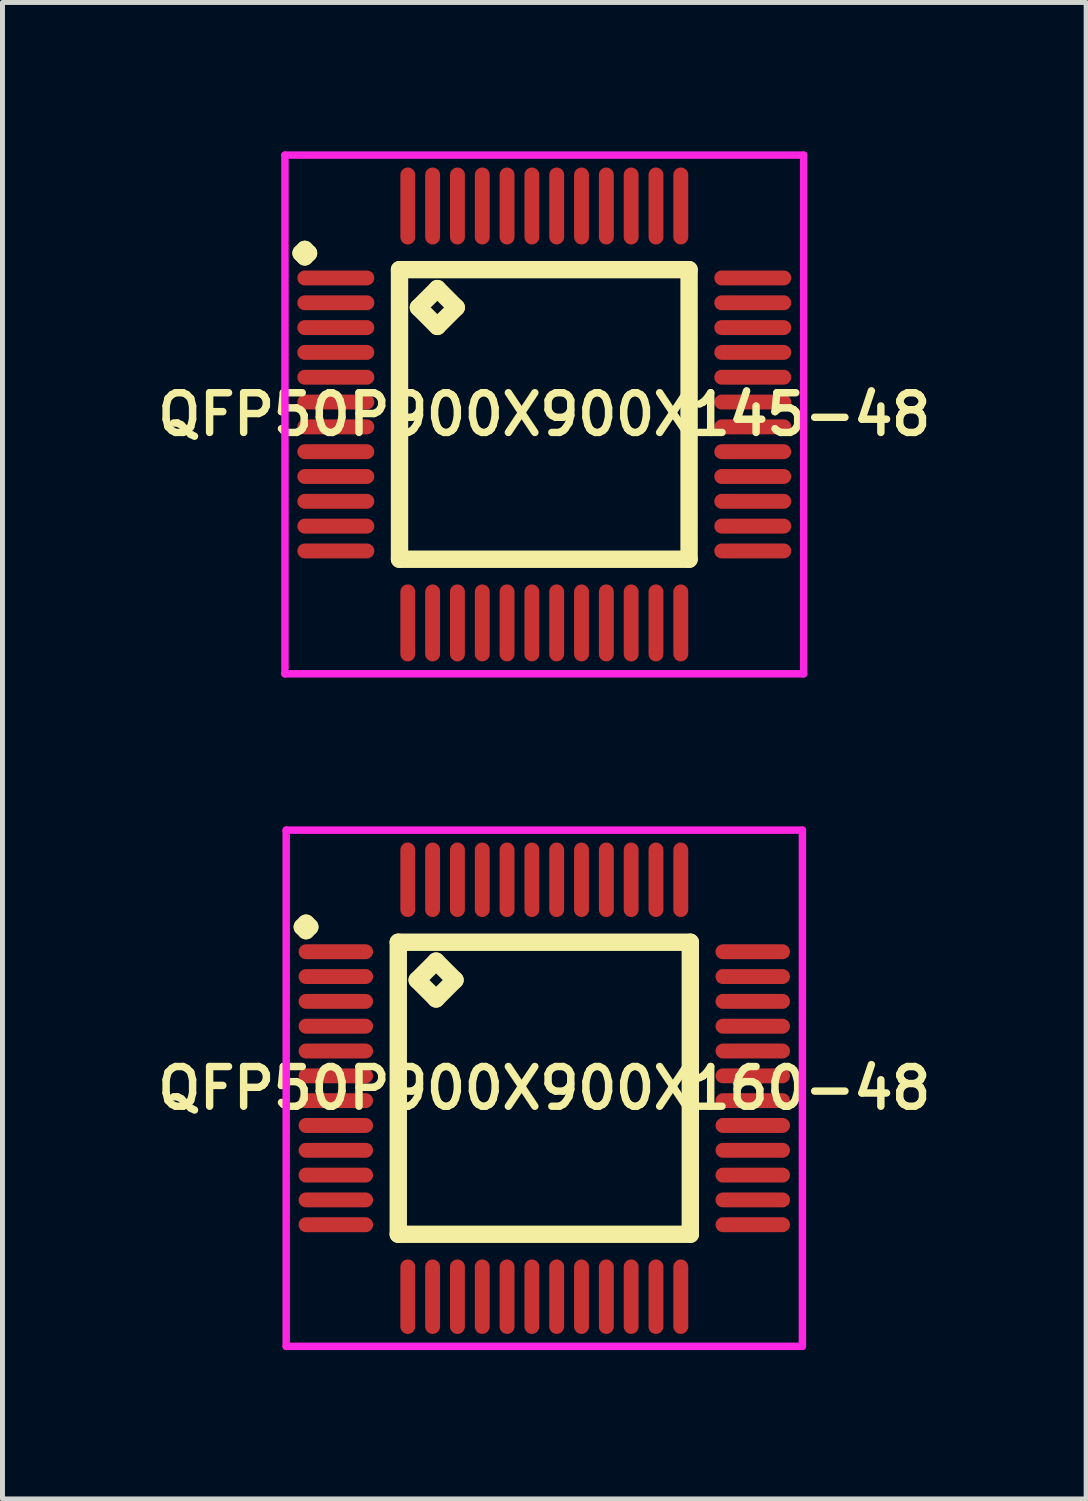
<source format=kicad_pcb>
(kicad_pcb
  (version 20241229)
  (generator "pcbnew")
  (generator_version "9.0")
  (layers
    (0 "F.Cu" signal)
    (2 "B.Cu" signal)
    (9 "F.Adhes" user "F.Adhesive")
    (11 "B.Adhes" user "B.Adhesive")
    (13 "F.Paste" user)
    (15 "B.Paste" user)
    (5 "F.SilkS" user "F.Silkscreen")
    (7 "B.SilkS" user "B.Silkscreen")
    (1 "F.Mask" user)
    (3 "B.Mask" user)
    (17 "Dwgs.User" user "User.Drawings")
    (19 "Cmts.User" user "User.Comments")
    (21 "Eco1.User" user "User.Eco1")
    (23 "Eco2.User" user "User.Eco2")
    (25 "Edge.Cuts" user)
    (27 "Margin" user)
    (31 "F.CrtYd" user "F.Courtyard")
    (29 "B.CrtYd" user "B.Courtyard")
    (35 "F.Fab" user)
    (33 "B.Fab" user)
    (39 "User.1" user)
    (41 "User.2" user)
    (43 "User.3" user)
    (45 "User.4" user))
  (footprint "QFP50P900X900X160-48"
    (layer "F.Cu")
    (at 7.916 18.875)
    (property "Reference" "QFP50P900X900X160-48" (at 0 0 0) (layer "F.SilkS") (effects (font (size 0.8 0.8) (thickness 0.15))))
    (attr smd)
    (fp_line (start -4.875 -3.25) (end -4.8 -3.325) (stroke (width 0.35) (type solid)) (layer "F.SilkS"))
    (fp_line (start -4.8 -3.325) (end -4.725 -3.25) (stroke (width 0.35) (type solid)) (layer "F.SilkS"))
    (fp_line (start -4.8 -3.175) (end -4.875 -3.25) (stroke (width 0.35) (type solid)) (layer "F.SilkS"))
    (fp_line (start -4.725 -3.25) (end -4.8 -3.175) (stroke (width 0.35) (type solid)) (layer "F.SilkS"))
    (fp_line (start -2.942 -2.942) (end -2.942 2.942) (stroke (width 0.35) (type solid)) (layer "F.SilkS"))
    (fp_line (start -2.942 2.942) (end 2.942 2.942) (stroke (width 0.35) (type solid)) (layer "F.SilkS"))
    (fp_line (start -2.561 -2.18) (end -2.18 -2.561) (stroke (width 0.35) (type solid)) (layer "F.SilkS"))
    (fp_line (start -2.18 -2.561) (end -1.799 -2.18) (stroke (width 0.35) (type solid)) (layer "F.SilkS"))
    (fp_line (start -2.18 -1.799) (end -2.561 -2.18) (stroke (width 0.35) (type solid)) (layer "F.SilkS"))
    (fp_line (start -1.799 -2.18) (end -2.18 -1.799) (stroke (width 0.35) (type solid)) (layer "F.SilkS"))
    (fp_line (start 2.942 -2.942) (end -2.942 -2.942) (stroke (width 0.35) (type solid)) (layer "F.SilkS"))
    (fp_line (start 2.942 2.942) (end 2.942 -2.942) (stroke (width 0.35) (type solid)) (layer "F.SilkS"))
    (fp_line (start -5.2 -5.2) (end 5.2 -5.2) (stroke (width 0.15) (type solid)) (layer "F.CrtYd"))
    (fp_line (start -5.2 5.2) (end -5.2 -5.2) (stroke (width 0.15) (type solid)) (layer "F.CrtYd"))
    (fp_line (start 5.2 -5.2) (end 5.2 5.2) (stroke (width 0.15) (type solid)) (layer "F.CrtYd"))
    (fp_line (start 5.2 5.2) (end -5.2 5.2) (stroke (width 0.15) (type solid)) (layer "F.CrtYd"))
    (pad "1" smd oval (at -4.2 -2.75) (size 1.5 0.3) (layers "F.Cu" "F.Mask" "F.Paste"))
    (pad "2" smd oval (at -4.2 -2.25) (size 1.5 0.3) (layers "F.Cu" "F.Mask" "F.Paste"))
    (pad "3" smd oval (at -4.2 -1.75) (size 1.5 0.3) (layers "F.Cu" "F.Mask" "F.Paste"))
    (pad "4" smd oval (at -4.2 -1.25) (size 1.5 0.3) (layers "F.Cu" "F.Mask" "F.Paste"))
    (pad "5" smd oval (at -4.2 -0.75) (size 1.5 0.3) (layers "F.Cu" "F.Mask" "F.Paste"))
    (pad "6" smd oval (at -4.2 -0.25) (size 1.5 0.3) (layers "F.Cu" "F.Mask" "F.Paste"))
    (pad "7" smd oval (at -4.2 0.25) (size 1.5 0.3) (layers "F.Cu" "F.Mask" "F.Paste"))
    (pad "8" smd oval (at -4.2 0.75) (size 1.5 0.3) (layers "F.Cu" "F.Mask" "F.Paste"))
    (pad "9" smd oval (at -4.2 1.25) (size 1.5 0.3) (layers "F.Cu" "F.Mask" "F.Paste"))
    (pad "10" smd oval (at -4.2 1.75) (size 1.5 0.3) (layers "F.Cu" "F.Mask" "F.Paste"))
    (pad "11" smd oval (at -4.2 2.25) (size 1.5 0.3) (layers "F.Cu" "F.Mask" "F.Paste"))
    (pad "12" smd oval (at -4.2 2.75) (size 1.5 0.3) (layers "F.Cu" "F.Mask" "F.Paste"))
    (pad "13" smd oval (at -2.75 4.2) (size 0.3 1.5) (layers "F.Cu" "F.Mask" "F.Paste"))
    (pad "14" smd oval (at -2.25 4.2) (size 0.3 1.5) (layers "F.Cu" "F.Mask" "F.Paste"))
    (pad "15" smd oval (at -1.75 4.2) (size 0.3 1.5) (layers "F.Cu" "F.Mask" "F.Paste"))
    (pad "16" smd oval (at -1.25 4.2) (size 0.3 1.5) (layers "F.Cu" "F.Mask" "F.Paste"))
    (pad "17" smd oval (at -0.75 4.2) (size 0.3 1.5) (layers "F.Cu" "F.Mask" "F.Paste"))
    (pad "18" smd oval (at -0.25 4.2) (size 0.3 1.5) (layers "F.Cu" "F.Mask" "F.Paste"))
    (pad "19" smd oval (at 0.25 4.2) (size 0.3 1.5) (layers "F.Cu" "F.Mask" "F.Paste"))
    (pad "20" smd oval (at 0.75 4.2) (size 0.3 1.5) (layers "F.Cu" "F.Mask" "F.Paste"))
    (pad "21" smd oval (at 1.25 4.2) (size 0.3 1.5) (layers "F.Cu" "F.Mask" "F.Paste"))
    (pad "22" smd oval (at 1.75 4.2) (size 0.3 1.5) (layers "F.Cu" "F.Mask" "F.Paste"))
    (pad "23" smd oval (at 2.25 4.2) (size 0.3 1.5) (layers "F.Cu" "F.Mask" "F.Paste"))
    (pad "24" smd oval (at 2.75 4.2) (size 0.3 1.5) (layers "F.Cu" "F.Mask" "F.Paste"))
    (pad "25" smd oval (at 4.2 2.75) (size 1.5 0.3) (layers "F.Cu" "F.Mask" "F.Paste"))
    (pad "26" smd oval (at 4.2 2.25) (size 1.5 0.3) (layers "F.Cu" "F.Mask" "F.Paste"))
    (pad "27" smd oval (at 4.2 1.75) (size 1.5 0.3) (layers "F.Cu" "F.Mask" "F.Paste"))
    (pad "28" smd oval (at 4.2 1.25) (size 1.5 0.3) (layers "F.Cu" "F.Mask" "F.Paste"))
    (pad "29" smd oval (at 4.2 0.75) (size 1.5 0.3) (layers "F.Cu" "F.Mask" "F.Paste"))
    (pad "30" smd oval (at 4.2 0.25) (size 1.5 0.3) (layers "F.Cu" "F.Mask" "F.Paste"))
    (pad "31" smd oval (at 4.2 -0.25) (size 1.5 0.3) (layers "F.Cu" "F.Mask" "F.Paste"))
    (pad "32" smd oval (at 4.2 -0.75) (size 1.5 0.3) (layers "F.Cu" "F.Mask" "F.Paste"))
    (pad "33" smd oval (at 4.2 -1.25) (size 1.5 0.3) (layers "F.Cu" "F.Mask" "F.Paste"))
    (pad "34" smd oval (at 4.2 -1.75) (size 1.5 0.3) (layers "F.Cu" "F.Mask" "F.Paste"))
    (pad "35" smd oval (at 4.2 -2.25) (size 1.5 0.3) (layers "F.Cu" "F.Mask" "F.Paste"))
    (pad "36" smd oval (at 4.2 -2.75) (size 1.5 0.3) (layers "F.Cu" "F.Mask" "F.Paste"))
    (pad "37" smd oval (at 2.75 -4.2) (size 0.3 1.5) (layers "F.Cu" "F.Mask" "F.Paste"))
    (pad "38" smd oval (at 2.25 -4.2) (size 0.3 1.5) (layers "F.Cu" "F.Mask" "F.Paste"))
    (pad "39" smd oval (at 1.75 -4.2) (size 0.3 1.5) (layers "F.Cu" "F.Mask" "F.Paste"))
    (pad "40" smd oval (at 1.25 -4.2) (size 0.3 1.5) (layers "F.Cu" "F.Mask" "F.Paste"))
    (pad "41" smd oval (at 0.75 -4.2) (size 0.3 1.5) (layers "F.Cu" "F.Mask" "F.Paste"))
    (pad "42" smd oval (at 0.25 -4.2) (size 0.3 1.5) (layers "F.Cu" "F.Mask" "F.Paste"))
    (pad "43" smd oval (at -0.25 -4.2) (size 0.3 1.5) (layers "F.Cu" "F.Mask" "F.Paste"))
    (pad "44" smd oval (at -0.75 -4.2) (size 0.3 1.5) (layers "F.Cu" "F.Mask" "F.Paste"))
    (pad "45" smd oval (at -1.25 -4.2) (size 0.3 1.5) (layers "F.Cu" "F.Mask" "F.Paste"))
    (pad "46" smd oval (at -1.75 -4.2) (size 0.3 1.5) (layers "F.Cu" "F.Mask" "F.Paste"))
    (pad "47" smd oval (at -2.25 -4.2) (size 0.3 1.5) (layers "F.Cu" "F.Mask" "F.Paste"))
    (pad "48" smd oval (at -2.75 -4.2) (size 0.3 1.5) (layers "F.Cu" "F.Mask" "F.Paste")))
  (footprint "QFP50P900X900X145-48"
    (layer "F.Cu")
    (at 7.916 5.3)
    (property "Reference" "QFP50P900X900X145-48" (at 0 0 0) (layer "F.SilkS") (effects (font (size 0.8 0.8) (thickness 0.15))))
    (attr smd)
    (fp_line (start -4.9 -3.25) (end -4.825 -3.325) (stroke (width 0.35) (type solid)) (layer "F.SilkS"))
    (fp_line (start -4.825 -3.325) (end -4.75 -3.25) (stroke (width 0.35) (type solid)) (layer "F.SilkS"))
    (fp_line (start -4.825 -3.175) (end -4.9 -3.25) (stroke (width 0.35) (type solid)) (layer "F.SilkS"))
    (fp_line (start -4.75 -3.25) (end -4.825 -3.175) (stroke (width 0.35) (type solid)) (layer "F.SilkS"))
    (fp_line (start -2.917 -2.917) (end -2.917 2.917) (stroke (width 0.35) (type solid)) (layer "F.SilkS"))
    (fp_line (start -2.917 2.917) (end 2.917 2.917) (stroke (width 0.35) (type solid)) (layer "F.SilkS"))
    (fp_line (start -2.536 -2.155) (end -2.155 -2.536) (stroke (width 0.35) (type solid)) (layer "F.SilkS"))
    (fp_line (start -2.155 -2.536) (end -1.774 -2.155) (stroke (width 0.35) (type solid)) (layer "F.SilkS"))
    (fp_line (start -2.155 -1.774) (end -2.536 -2.155) (stroke (width 0.35) (type solid)) (layer "F.SilkS"))
    (fp_line (start -1.774 -2.155) (end -2.155 -1.774) (stroke (width 0.35) (type solid)) (layer "F.SilkS"))
    (fp_line (start 2.917 -2.917) (end -2.917 -2.917) (stroke (width 0.35) (type solid)) (layer "F.SilkS"))
    (fp_line (start 2.917 2.917) (end 2.917 -2.917) (stroke (width 0.35) (type solid)) (layer "F.SilkS"))
    (fp_line (start -5.225 -5.225) (end 5.225 -5.225) (stroke (width 0.15) (type solid)) (layer "F.CrtYd"))
    (fp_line (start -5.225 5.225) (end -5.225 -5.225) (stroke (width 0.15) (type solid)) (layer "F.CrtYd"))
    (fp_line (start 5.225 -5.225) (end 5.225 5.225) (stroke (width 0.15) (type solid)) (layer "F.CrtYd"))
    (fp_line (start 5.225 5.225) (end -5.225 5.225) (stroke (width 0.15) (type solid)) (layer "F.CrtYd"))
    (pad "1" smd oval (at -4.2 -2.75) (size 1.55 0.3) (layers "F.Cu" "F.Mask" "F.Paste"))
    (pad "2" smd oval (at -4.2 -2.25) (size 1.55 0.3) (layers "F.Cu" "F.Mask" "F.Paste"))
    (pad "3" smd oval (at -4.2 -1.75) (size 1.55 0.3) (layers "F.Cu" "F.Mask" "F.Paste"))
    (pad "4" smd oval (at -4.2 -1.25) (size 1.55 0.3) (layers "F.Cu" "F.Mask" "F.Paste"))
    (pad "5" smd oval (at -4.2 -0.75) (size 1.55 0.3) (layers "F.Cu" "F.Mask" "F.Paste"))
    (pad "6" smd oval (at -4.2 -0.25) (size 1.55 0.3) (layers "F.Cu" "F.Mask" "F.Paste"))
    (pad "7" smd oval (at -4.2 0.25) (size 1.55 0.3) (layers "F.Cu" "F.Mask" "F.Paste"))
    (pad "8" smd oval (at -4.2 0.75) (size 1.55 0.3) (layers "F.Cu" "F.Mask" "F.Paste"))
    (pad "9" smd oval (at -4.2 1.25) (size 1.55 0.3) (layers "F.Cu" "F.Mask" "F.Paste"))
    (pad "10" smd oval (at -4.2 1.75) (size 1.55 0.3) (layers "F.Cu" "F.Mask" "F.Paste"))
    (pad "11" smd oval (at -4.2 2.25) (size 1.55 0.3) (layers "F.Cu" "F.Mask" "F.Paste"))
    (pad "12" smd oval (at -4.2 2.75) (size 1.55 0.3) (layers "F.Cu" "F.Mask" "F.Paste"))
    (pad "13" smd oval (at -2.75 4.2) (size 0.3 1.55) (layers "F.Cu" "F.Mask" "F.Paste"))
    (pad "14" smd oval (at -2.25 4.2) (size 0.3 1.55) (layers "F.Cu" "F.Mask" "F.Paste"))
    (pad "15" smd oval (at -1.75 4.2) (size 0.3 1.55) (layers "F.Cu" "F.Mask" "F.Paste"))
    (pad "16" smd oval (at -1.25 4.2) (size 0.3 1.55) (layers "F.Cu" "F.Mask" "F.Paste"))
    (pad "17" smd oval (at -0.75 4.2) (size 0.3 1.55) (layers "F.Cu" "F.Mask" "F.Paste"))
    (pad "18" smd oval (at -0.25 4.2) (size 0.3 1.55) (layers "F.Cu" "F.Mask" "F.Paste"))
    (pad "19" smd oval (at 0.25 4.2) (size 0.3 1.55) (layers "F.Cu" "F.Mask" "F.Paste"))
    (pad "20" smd oval (at 0.75 4.2) (size 0.3 1.55) (layers "F.Cu" "F.Mask" "F.Paste"))
    (pad "21" smd oval (at 1.25 4.2) (size 0.3 1.55) (layers "F.Cu" "F.Mask" "F.Paste"))
    (pad "22" smd oval (at 1.75 4.2) (size 0.3 1.55) (layers "F.Cu" "F.Mask" "F.Paste"))
    (pad "23" smd oval (at 2.25 4.2) (size 0.3 1.55) (layers "F.Cu" "F.Mask" "F.Paste"))
    (pad "24" smd oval (at 2.75 4.2) (size 0.3 1.55) (layers "F.Cu" "F.Mask" "F.Paste"))
    (pad "25" smd oval (at 4.2 2.75) (size 1.55 0.3) (layers "F.Cu" "F.Mask" "F.Paste"))
    (pad "26" smd oval (at 4.2 2.25) (size 1.55 0.3) (layers "F.Cu" "F.Mask" "F.Paste"))
    (pad "27" smd oval (at 4.2 1.75) (size 1.55 0.3) (layers "F.Cu" "F.Mask" "F.Paste"))
    (pad "28" smd oval (at 4.2 1.25) (size 1.55 0.3) (layers "F.Cu" "F.Mask" "F.Paste"))
    (pad "29" smd oval (at 4.2 0.75) (size 1.55 0.3) (layers "F.Cu" "F.Mask" "F.Paste"))
    (pad "30" smd oval (at 4.2 0.25) (size 1.55 0.3) (layers "F.Cu" "F.Mask" "F.Paste"))
    (pad "31" smd oval (at 4.2 -0.25) (size 1.55 0.3) (layers "F.Cu" "F.Mask" "F.Paste"))
    (pad "32" smd oval (at 4.2 -0.75) (size 1.55 0.3) (layers "F.Cu" "F.Mask" "F.Paste"))
    (pad "33" smd oval (at 4.2 -1.25) (size 1.55 0.3) (layers "F.Cu" "F.Mask" "F.Paste"))
    (pad "34" smd oval (at 4.2 -1.75) (size 1.55 0.3) (layers "F.Cu" "F.Mask" "F.Paste"))
    (pad "35" smd oval (at 4.2 -2.25) (size 1.55 0.3) (layers "F.Cu" "F.Mask" "F.Paste"))
    (pad "36" smd oval (at 4.2 -2.75) (size 1.55 0.3) (layers "F.Cu" "F.Mask" "F.Paste"))
    (pad "37" smd oval (at 2.75 -4.2) (size 0.3 1.55) (layers "F.Cu" "F.Mask" "F.Paste"))
    (pad "38" smd oval (at 2.25 -4.2) (size 0.3 1.55) (layers "F.Cu" "F.Mask" "F.Paste"))
    (pad "39" smd oval (at 1.75 -4.2) (size 0.3 1.55) (layers "F.Cu" "F.Mask" "F.Paste"))
    (pad "40" smd oval (at 1.25 -4.2) (size 0.3 1.55) (layers "F.Cu" "F.Mask" "F.Paste"))
    (pad "41" smd oval (at 0.75 -4.2) (size 0.3 1.55) (layers "F.Cu" "F.Mask" "F.Paste"))
    (pad "42" smd oval (at 0.25 -4.2) (size 0.3 1.55) (layers "F.Cu" "F.Mask" "F.Paste"))
    (pad "43" smd oval (at -0.25 -4.2) (size 0.3 1.55) (layers "F.Cu" "F.Mask" "F.Paste"))
    (pad "44" smd oval (at -0.75 -4.2) (size 0.3 1.55) (layers "F.Cu" "F.Mask" "F.Paste"))
    (pad "45" smd oval (at -1.25 -4.2) (size 0.3 1.55) (layers "F.Cu" "F.Mask" "F.Paste"))
    (pad "46" smd oval (at -1.75 -4.2) (size 0.3 1.55) (layers "F.Cu" "F.Mask" "F.Paste"))
    (pad "47" smd oval (at -2.25 -4.2) (size 0.3 1.55) (layers "F.Cu" "F.Mask" "F.Paste"))
    (pad "48" smd oval (at -2.75 -4.2) (size 0.3 1.55) (layers "F.Cu" "F.Mask" "F.Paste")))
  (gr_rect
    (start -3 -3)
    (end 18.833 27.15)
    (stroke (width 0.1) (type default))
    (fill no)
    (layer "Edge.Cuts")))
</source>
